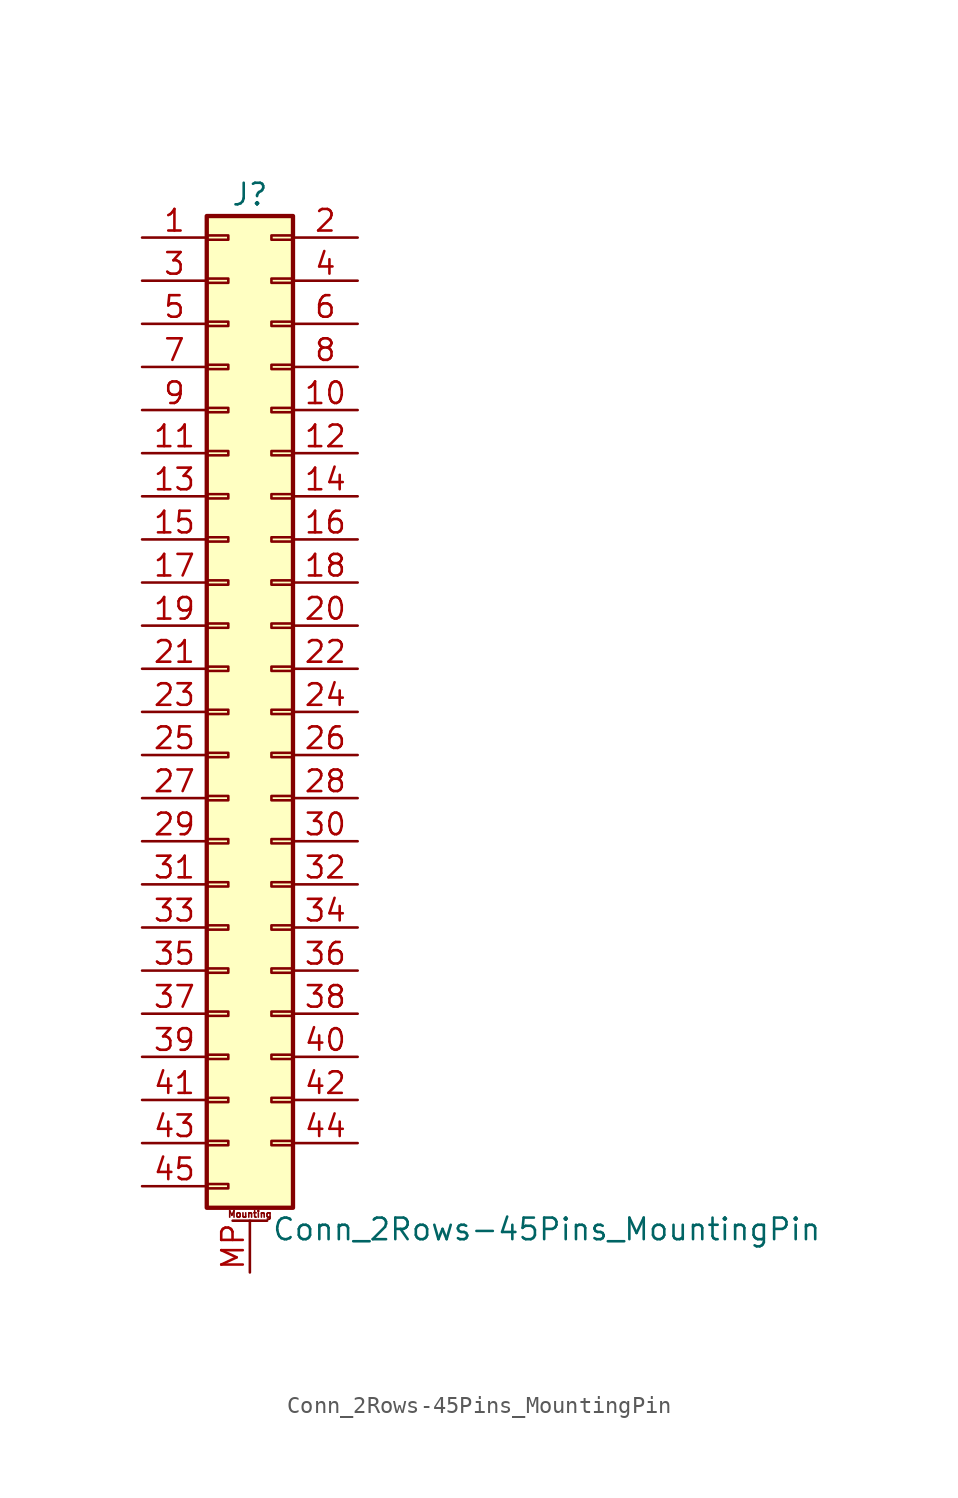
<source format=kicad_sym>
(kicad_symbol_lib
  (version 20201005)
  (generator kicad_symbol_editor)
  (symbol "Conn_2Rows-45Pins_MountingPin"
    (pin_names
      (offset 1.016) hide)
    (property "Reference" "J"
      (at 1.27 30.48 0)
      (effects (font (size 1.27 1.27))))
    (property "Value" "Conn_2Rows-45Pins_MountingPin"
      (at 2.54 -30.48 0)
      (effects (font (size 1.27 1.27)) (justify left)))
    (symbol "Conn_2Rows-45Pins_MountingPin_1_1"
      (text "Mounting" (at 1.27 -29.591 0) (effects (font (size 0.381 0.381))))
      (rectangle (start -1.27 -27.813) (end 0 -28.067) (stroke (width 0.152)) (fill (type none)))
      (rectangle (start -1.27 -25.273) (end 0 -25.527) (stroke (width 0.152)) (fill (type none)))
      (rectangle (start -1.27 -22.733) (end 0 -22.987) (stroke (width 0.152)) (fill (type none)))
      (rectangle (start -1.27 -20.193) (end 0 -20.447) (stroke (width 0.152)) (fill (type none)))
      (rectangle (start -1.27 -17.653) (end 0 -17.907) (stroke (width 0.152)) (fill (type none)))
      (rectangle (start -1.27 -15.113) (end 0 -15.367) (stroke (width 0.152)) (fill (type none)))
      (rectangle (start -1.27 -12.573) (end 0 -12.827) (stroke (width 0.152)) (fill (type none)))
      (rectangle (start -1.27 -10.033) (end 0 -10.287) (stroke (width 0.152)) (fill (type none)))
      (rectangle (start -1.27 -7.493) (end 0 -7.747) (stroke (width 0.152)) (fill (type none)))
      (rectangle (start -1.27 -4.953) (end 0 -5.207) (stroke (width 0.152)) (fill (type none)))
      (rectangle (start -1.27 -2.413) (end 0 -2.667) (stroke (width 0.152)) (fill (type none)))
      (rectangle (start -1.27 0.127) (end 0 -0.127) (stroke (width 0.152)) (fill (type none)))
      (rectangle (start -1.27 2.667) (end 0 2.413) (stroke (width 0.152)) (fill (type none)))
      (rectangle (start -1.27 5.207) (end 0 4.953) (stroke (width 0.152)) (fill (type none)))
      (rectangle (start -1.27 7.747) (end 0 7.493) (stroke (width 0.152)) (fill (type none)))
      (rectangle (start -1.27 10.287) (end 0 10.033) (stroke (width 0.152)) (fill (type none)))
      (rectangle (start -1.27 12.827) (end 0 12.573) (stroke (width 0.152)) (fill (type none)))
      (rectangle (start -1.27 15.367) (end 0 15.113) (stroke (width 0.152)) (fill (type none)))
      (rectangle (start -1.27 17.907) (end 0 17.653) (stroke (width 0.152)) (fill (type none)))
      (rectangle (start -1.27 20.447) (end 0 20.193) (stroke (width 0.152)) (fill (type none)))
      (rectangle (start -1.27 22.987) (end 0 22.733) (stroke (width 0.152)) (fill (type none)))
      (rectangle (start -1.27 25.527) (end 0 25.273) (stroke (width 0.152)) (fill (type none)))
      (rectangle (start -1.27 28.067) (end 0 27.813) (stroke (width 0.152)) (fill (type none)))
      (rectangle (start -1.27 29.21) (end 3.81 -29.21) (stroke (width 0.254)) (fill (type background)))
      (rectangle (start 3.81 -25.273) (end 2.54 -25.527) (stroke (width 0.152)) (fill (type none)))
      (rectangle (start 3.81 -22.733) (end 2.54 -22.987) (stroke (width 0.152)) (fill (type none)))
      (rectangle (start 3.81 -20.193) (end 2.54 -20.447) (stroke (width 0.152)) (fill (type none)))
      (rectangle (start 3.81 -17.653) (end 2.54 -17.907) (stroke (width 0.152)) (fill (type none)))
      (rectangle (start 3.81 -15.113) (end 2.54 -15.367) (stroke (width 0.152)) (fill (type none)))
      (rectangle (start 3.81 -12.573) (end 2.54 -12.827) (stroke (width 0.152)) (fill (type none)))
      (rectangle (start 3.81 -10.033) (end 2.54 -10.287) (stroke (width 0.152)) (fill (type none)))
      (rectangle (start 3.81 -7.493) (end 2.54 -7.747) (stroke (width 0.152)) (fill (type none)))
      (rectangle (start 3.81 -4.953) (end 2.54 -5.207) (stroke (width 0.152)) (fill (type none)))
      (rectangle (start 3.81 -2.413) (end 2.54 -2.667) (stroke (width 0.152)) (fill (type none)))
      (rectangle (start 3.81 0.127) (end 2.54 -0.127) (stroke (width 0.152)) (fill (type none)))
      (rectangle (start 3.81 2.667) (end 2.54 2.413) (stroke (width 0.152)) (fill (type none)))
      (rectangle (start 3.81 5.207) (end 2.54 4.953) (stroke (width 0.152)) (fill (type none)))
      (rectangle (start 3.81 7.747) (end 2.54 7.493) (stroke (width 0.152)) (fill (type none)))
      (rectangle (start 3.81 10.287) (end 2.54 10.033) (stroke (width 0.152)) (fill (type none)))
      (rectangle (start 3.81 12.827) (end 2.54 12.573) (stroke (width 0.152)) (fill (type none)))
      (rectangle (start 3.81 15.367) (end 2.54 15.113) (stroke (width 0.152)) (fill (type none)))
      (rectangle (start 3.81 17.907) (end 2.54 17.653) (stroke (width 0.152)) (fill (type none)))
      (rectangle (start 3.81 20.447) (end 2.54 20.193) (stroke (width 0.152)) (fill (type none)))
      (rectangle (start 3.81 22.987) (end 2.54 22.733) (stroke (width 0.152)) (fill (type none)))
      (rectangle (start 3.81 25.527) (end 2.54 25.273) (stroke (width 0.152)) (fill (type none)))
      (rectangle (start 3.81 28.067) (end 2.54 27.813) (stroke (width 0.152)) (fill (type none)))
      (polyline (pts (xy 0.254 -29.972) (xy 2.286 -29.972)) (stroke (width 0.152)) (fill (type none)))
      (pin passive line (at -5.08 27.94 0) (length 3.81) (name "Pin_1" (effects (font (size 1.27 1.27)))) (number "1" (effects (font (size 1.27 1.27)))))
      (pin passive line (at 7.62 17.78 180) (length 3.81) (name "Pin_10" (effects (font (size 1.27 1.27)))) (number "10" (effects (font (size 1.27 1.27)))))
      (pin passive line (at -5.08 15.24 0) (length 3.81) (name "Pin_11" (effects (font (size 1.27 1.27)))) (number "11" (effects (font (size 1.27 1.27)))))
      (pin passive line (at 7.62 15.24 180) (length 3.81) (name "Pin_12" (effects (font (size 1.27 1.27)))) (number "12" (effects (font (size 1.27 1.27)))))
      (pin passive line (at -5.08 12.7 0) (length 3.81) (name "Pin_13" (effects (font (size 1.27 1.27)))) (number "13" (effects (font (size 1.27 1.27)))))
      (pin passive line (at 7.62 12.7 180) (length 3.81) (name "Pin_14" (effects (font (size 1.27 1.27)))) (number "14" (effects (font (size 1.27 1.27)))))
      (pin passive line (at -5.08 10.16 0) (length 3.81) (name "Pin_15" (effects (font (size 1.27 1.27)))) (number "15" (effects (font (size 1.27 1.27)))))
      (pin passive line (at 7.62 10.16 180) (length 3.81) (name "Pin_16" (effects (font (size 1.27 1.27)))) (number "16" (effects (font (size 1.27 1.27)))))
      (pin passive line (at -5.08 7.62 0) (length 3.81) (name "Pin_17" (effects (font (size 1.27 1.27)))) (number "17" (effects (font (size 1.27 1.27)))))
      (pin passive line (at 7.62 7.62 180) (length 3.81) (name "Pin_18" (effects (font (size 1.27 1.27)))) (number "18" (effects (font (size 1.27 1.27)))))
      (pin passive line (at -5.08 5.08 0) (length 3.81) (name "Pin_19" (effects (font (size 1.27 1.27)))) (number "19" (effects (font (size 1.27 1.27)))))
      (pin passive line (at 7.62 27.94 180) (length 3.81) (name "Pin_2" (effects (font (size 1.27 1.27)))) (number "2" (effects (font (size 1.27 1.27)))))
      (pin passive line (at 7.62 5.08 180) (length 3.81) (name "Pin_20" (effects (font (size 1.27 1.27)))) (number "20" (effects (font (size 1.27 1.27)))))
      (pin passive line (at -5.08 2.54 0) (length 3.81) (name "Pin_21" (effects (font (size 1.27 1.27)))) (number "21" (effects (font (size 1.27 1.27)))))
      (pin passive line (at 7.62 2.54 180) (length 3.81) (name "Pin_22" (effects (font (size 1.27 1.27)))) (number "22" (effects (font (size 1.27 1.27)))))
      (pin passive line (at -5.08 0 0) (length 3.81) (name "Pin_23" (effects (font (size 1.27 1.27)))) (number "23" (effects (font (size 1.27 1.27)))))
      (pin passive line (at 7.62 0 180) (length 3.81) (name "Pin_24" (effects (font (size 1.27 1.27)))) (number "24" (effects (font (size 1.27 1.27)))))
      (pin passive line (at -5.08 -2.54 0) (length 3.81) (name "Pin_25" (effects (font (size 1.27 1.27)))) (number "25" (effects (font (size 1.27 1.27)))))
      (pin passive line (at 7.62 -2.54 180) (length 3.81) (name "Pin_26" (effects (font (size 1.27 1.27)))) (number "26" (effects (font (size 1.27 1.27)))))
      (pin passive line (at -5.08 -5.08 0) (length 3.81) (name "Pin_27" (effects (font (size 1.27 1.27)))) (number "27" (effects (font (size 1.27 1.27)))))
      (pin passive line (at 7.62 -5.08 180) (length 3.81) (name "Pin_28" (effects (font (size 1.27 1.27)))) (number "28" (effects (font (size 1.27 1.27)))))
      (pin passive line (at -5.08 -7.62 0) (length 3.81) (name "Pin_29" (effects (font (size 1.27 1.27)))) (number "29" (effects (font (size 1.27 1.27)))))
      (pin passive line (at -5.08 25.4 0) (length 3.81) (name "Pin_3" (effects (font (size 1.27 1.27)))) (number "3" (effects (font (size 1.27 1.27)))))
      (pin passive line (at 7.62 -7.62 180) (length 3.81) (name "Pin_30" (effects (font (size 1.27 1.27)))) (number "30" (effects (font (size 1.27 1.27)))))
      (pin passive line (at -5.08 -10.16 0) (length 3.81) (name "Pin_31" (effects (font (size 1.27 1.27)))) (number "31" (effects (font (size 1.27 1.27)))))
      (pin passive line (at 7.62 -10.16 180) (length 3.81) (name "Pin_32" (effects (font (size 1.27 1.27)))) (number "32" (effects (font (size 1.27 1.27)))))
      (pin passive line (at -5.08 -12.7 0) (length 3.81) (name "Pin_33" (effects (font (size 1.27 1.27)))) (number "33" (effects (font (size 1.27 1.27)))))
      (pin passive line (at 7.62 -12.7 180) (length 3.81) (name "Pin_34" (effects (font (size 1.27 1.27)))) (number "34" (effects (font (size 1.27 1.27)))))
      (pin passive line (at -5.08 -15.24 0) (length 3.81) (name "Pin_35" (effects (font (size 1.27 1.27)))) (number "35" (effects (font (size 1.27 1.27)))))
      (pin passive line (at 7.62 -15.24 180) (length 3.81) (name "Pin_36" (effects (font (size 1.27 1.27)))) (number "36" (effects (font (size 1.27 1.27)))))
      (pin passive line (at -5.08 -17.78 0) (length 3.81) (name "Pin_37" (effects (font (size 1.27 1.27)))) (number "37" (effects (font (size 1.27 1.27)))))
      (pin passive line (at 7.62 -17.78 180) (length 3.81) (name "Pin_38" (effects (font (size 1.27 1.27)))) (number "38" (effects (font (size 1.27 1.27)))))
      (pin passive line (at -5.08 -20.32 0) (length 3.81) (name "Pin_39" (effects (font (size 1.27 1.27)))) (number "39" (effects (font (size 1.27 1.27)))))
      (pin passive line (at 7.62 25.4 180) (length 3.81) (name "Pin_4" (effects (font (size 1.27 1.27)))) (number "4" (effects (font (size 1.27 1.27)))))
      (pin passive line (at 7.62 -20.32 180) (length 3.81) (name "Pin_40" (effects (font (size 1.27 1.27)))) (number "40" (effects (font (size 1.27 1.27)))))
      (pin passive line (at -5.08 -22.86 0) (length 3.81) (name "Pin_41" (effects (font (size 1.27 1.27)))) (number "41" (effects (font (size 1.27 1.27)))))
      (pin passive line (at 7.62 -22.86 180) (length 3.81) (name "Pin_42" (effects (font (size 1.27 1.27)))) (number "42" (effects (font (size 1.27 1.27)))))
      (pin passive line (at -5.08 -25.4 0) (length 3.81) (name "Pin_43" (effects (font (size 1.27 1.27)))) (number "43" (effects (font (size 1.27 1.27)))))
      (pin passive line (at 7.62 -25.4 180) (length 3.81) (name "Pin_44" (effects (font (size 1.27 1.27)))) (number "44" (effects (font (size 1.27 1.27)))))
      (pin passive line (at -5.08 -27.94 0) (length 3.81) (name "Pin_45" (effects (font (size 1.27 1.27)))) (number "45" (effects (font (size 1.27 1.27)))))
      (pin passive line (at -5.08 22.86 0) (length 3.81) (name "Pin_5" (effects (font (size 1.27 1.27)))) (number "5" (effects (font (size 1.27 1.27)))))
      (pin passive line (at 7.62 22.86 180) (length 3.81) (name "Pin_6" (effects (font (size 1.27 1.27)))) (number "6" (effects (font (size 1.27 1.27)))))
      (pin passive line (at -5.08 20.32 0) (length 3.81) (name "Pin_7" (effects (font (size 1.27 1.27)))) (number "7" (effects (font (size 1.27 1.27)))))
      (pin passive line (at 7.62 20.32 180) (length 3.81) (name "Pin_8" (effects (font (size 1.27 1.27)))) (number "8" (effects (font (size 1.27 1.27)))))
      (pin passive line (at -5.08 17.78 0) (length 3.81) (name "Pin_9" (effects (font (size 1.27 1.27)))) (number "9" (effects (font (size 1.27 1.27)))))
      (pin passive line (at 1.27 -33.02 90) (length 3.048) (name "MountPin" (effects (font (size 1.27 1.27)))) (number "MP" (effects (font (size 1.27 1.27))))))))
</source>
